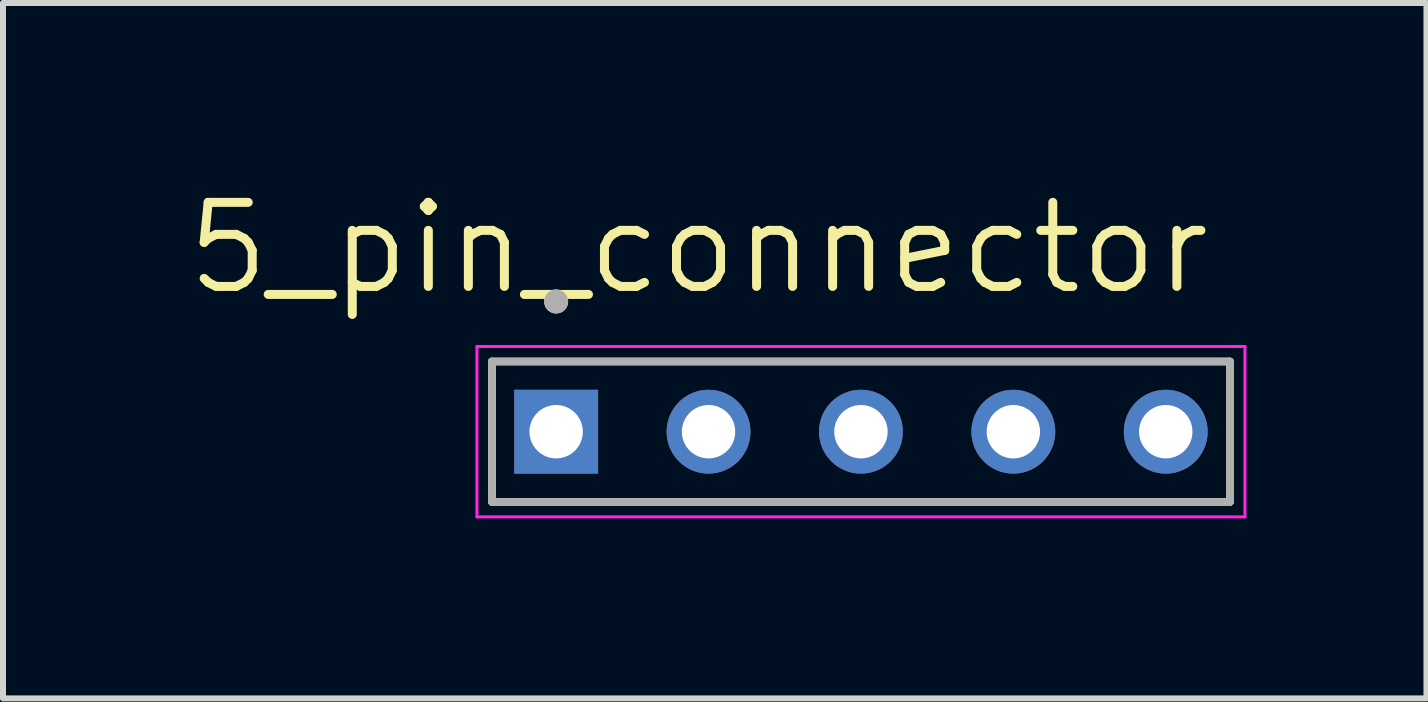
<source format=kicad_pcb>
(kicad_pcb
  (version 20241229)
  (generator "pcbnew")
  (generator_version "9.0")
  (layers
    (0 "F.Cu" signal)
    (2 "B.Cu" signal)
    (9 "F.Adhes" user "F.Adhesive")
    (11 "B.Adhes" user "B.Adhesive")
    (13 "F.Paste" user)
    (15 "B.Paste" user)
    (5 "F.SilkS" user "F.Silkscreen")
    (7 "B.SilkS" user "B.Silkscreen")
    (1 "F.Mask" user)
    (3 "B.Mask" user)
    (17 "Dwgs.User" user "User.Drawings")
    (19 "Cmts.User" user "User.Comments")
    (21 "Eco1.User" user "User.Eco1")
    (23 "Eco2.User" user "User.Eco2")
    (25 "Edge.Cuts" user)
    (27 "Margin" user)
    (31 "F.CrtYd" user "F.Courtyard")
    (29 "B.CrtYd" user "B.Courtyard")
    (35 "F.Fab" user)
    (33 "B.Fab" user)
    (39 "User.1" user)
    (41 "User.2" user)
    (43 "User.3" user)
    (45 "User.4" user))
  (footprint "5_pin_connector"
    (layer "F.Cu")
    (at 11.299 4.145)
    (property "Reference" "5_pin_connector" (at -2.707 -3.062 0) (layer "F.SilkS") (effects (font (size 1.401 1.401) (thickness 0.15))))
    (attr through_hole)
    (fp_line (start -6.15 -1.17) (end 6.15 -1.17) (stroke (width 0.127) (type solid)) (layer "F.SilkS"))
    (fp_line (start -6.15 1.17) (end -6.15 -1.17) (stroke (width 0.127) (type solid)) (layer "F.SilkS"))
    (fp_line (start 6.15 -1.17) (end 6.15 1.17) (stroke (width 0.127) (type solid)) (layer "F.SilkS"))
    (fp_line (start 6.15 1.17) (end -6.15 1.17) (stroke (width 0.127) (type solid)) (layer "F.SilkS"))
    (fp_circle (center -5.08 -2.17) (end -4.98 -2.17) (stroke (width 0.2) (type solid)) (fill no) (layer "F.SilkS"))
    (fp_line (start -6.4 -1.42) (end 6.4 -1.42) (stroke (width 0.05) (type solid)) (layer "F.CrtYd"))
    (fp_line (start -6.4 1.42) (end -6.4 -1.42) (stroke (width 0.05) (type solid)) (layer "F.CrtYd"))
    (fp_line (start 6.4 -1.42) (end 6.4 1.42) (stroke (width 0.05) (type solid)) (layer "F.CrtYd"))
    (fp_line (start 6.4 1.42) (end -6.4 1.42) (stroke (width 0.05) (type solid)) (layer "F.CrtYd"))
    (fp_line (start -6.15 -1.17) (end 6.15 -1.17) (stroke (width 0.127) (type solid)) (layer "F.Fab"))
    (fp_line (start -6.15 1.17) (end -6.15 -1.17) (stroke (width 0.127) (type solid)) (layer "F.Fab"))
    (fp_line (start 6.15 -1.17) (end 6.15 1.17) (stroke (width 0.127) (type solid)) (layer "F.Fab"))
    (fp_line (start 6.15 1.17) (end -6.15 1.17) (stroke (width 0.127) (type solid)) (layer "F.Fab"))
    (fp_circle (center -5.08 -2.17) (end -4.98 -2.17) (stroke (width 0.2) (type solid)) (fill no) (layer "F.Fab"))
    (pad "1" thru_hole rect (at -5.08 0) (size 1.398 1.398) (drill 0.89) (layers "*.Cu" "*.Mask"))
    (pad "2" thru_hole circle (at -2.54 0) (size 1.398 1.398) (drill 0.89) (layers "*.Cu" "*.Mask"))
    (pad "3" thru_hole circle (at 0 0) (size 1.398 1.398) (drill 0.89) (layers "*.Cu" "*.Mask"))
    (pad "4" thru_hole circle (at 2.54 0) (size 1.398 1.398) (drill 0.89) (layers "*.Cu" "*.Mask"))
    (pad "5" thru_hole circle (at 5.08 0) (size 1.398 1.398) (drill 0.89) (layers "*.Cu" "*.Mask")))
  (gr_rect
    (start -3 -3)
    (end 20.724 8.59)
    (stroke (width 0.1) (type default))
    (fill no)
    (layer "Edge.Cuts")))
</source>
